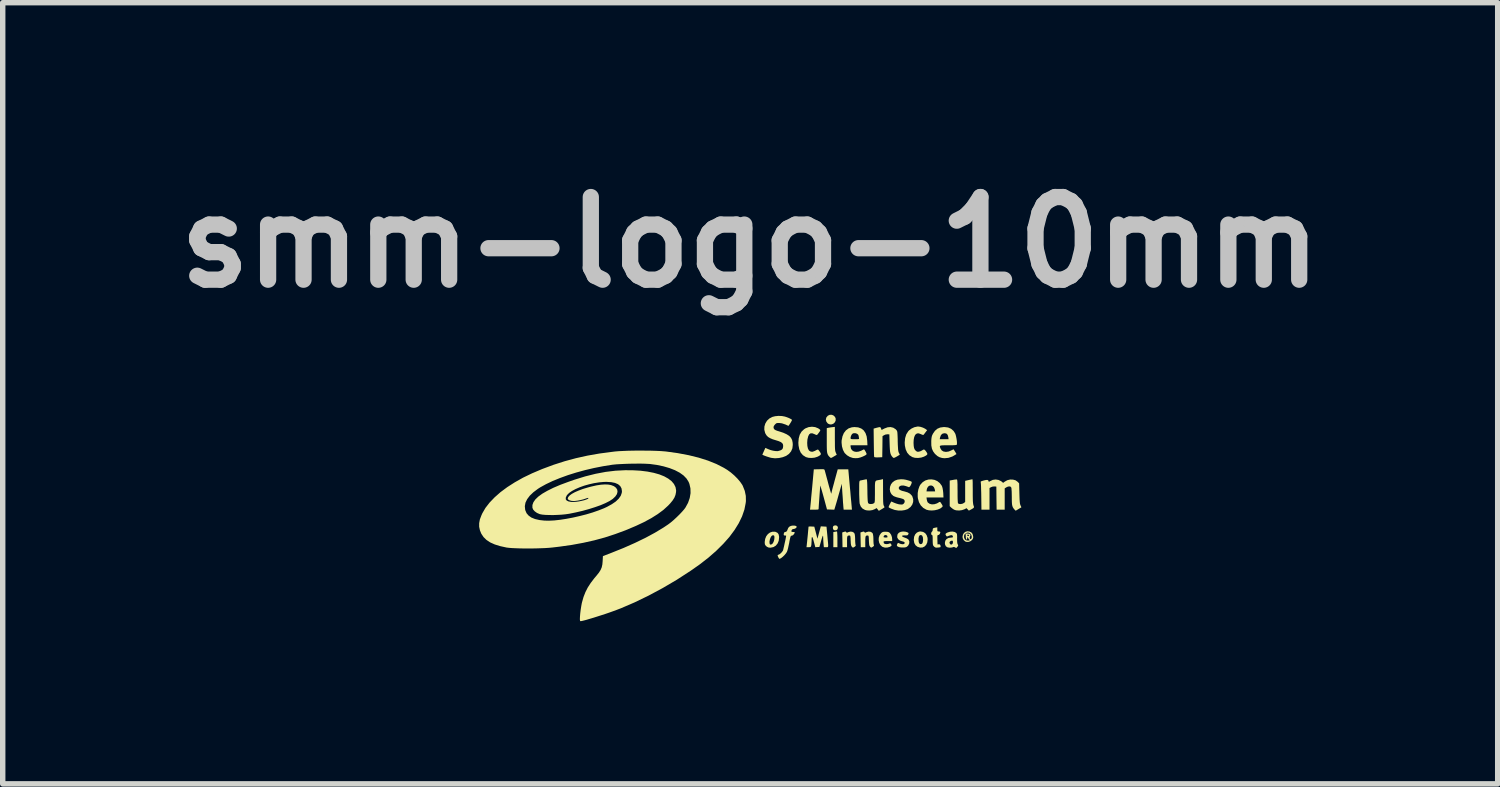
<source format=kicad_pcb>
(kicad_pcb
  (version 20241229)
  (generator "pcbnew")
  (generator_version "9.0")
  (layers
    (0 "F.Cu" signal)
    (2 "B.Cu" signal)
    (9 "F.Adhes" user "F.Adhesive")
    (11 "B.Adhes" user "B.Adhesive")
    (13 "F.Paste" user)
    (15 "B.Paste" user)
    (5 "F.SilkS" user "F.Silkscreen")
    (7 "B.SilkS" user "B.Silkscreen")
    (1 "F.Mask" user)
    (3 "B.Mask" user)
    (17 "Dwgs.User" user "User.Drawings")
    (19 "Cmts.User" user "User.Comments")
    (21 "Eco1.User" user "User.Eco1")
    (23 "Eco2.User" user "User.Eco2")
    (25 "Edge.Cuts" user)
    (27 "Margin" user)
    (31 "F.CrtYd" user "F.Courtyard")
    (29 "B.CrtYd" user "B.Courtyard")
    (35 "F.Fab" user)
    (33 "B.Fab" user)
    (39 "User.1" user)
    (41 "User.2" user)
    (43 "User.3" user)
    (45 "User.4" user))
  (footprint "smm-logo-10mm"
    (layer "F.Cu")
    (at 10.784 6.498)
    (property "Reference" "smm-logo-10mm" (at 0 -5.08 0) (layer "Dwgs.User") (effects (font (size 1.524 1.524) (thickness 0.3))))
    (attr board_only exclude_from_pos_files exclude_from_bom)
    (fp_poly (pts (xy 1.603 0.261) (xy 1.605 0.286) (xy 1.607 0.322) (xy 1.608 0.368) (xy 1.608 0.397) (xy 1.608 0.542) (xy 1.533 0.542) (xy 1.533 0.264) (xy 1.562 0.258) (xy 1.585 0.254) (xy 1.6 0.252) (xy 1.6 0.252)) (stroke (width 0) (type solid)) (fill yes) (layer "F.SilkS"))
    (fp_poly (pts (xy 1.599 0.147) (xy 1.615 0.167) (xy 1.617 0.183) (xy 1.61 0.211) (xy 1.59 0.228) (xy 1.563 0.232) (xy 1.54 0.224) (xy 1.528 0.207) (xy 1.524 0.183) (xy 1.53 0.159) (xy 1.535 0.151) (xy 1.553 0.143) (xy 1.571 0.14)) (stroke (width 0) (type solid)) (fill yes) (layer "F.SilkS"))
    (fp_poly (pts (xy 1.538 -1.885) (xy 1.564 -1.859) (xy 1.576 -1.831) (xy 1.576 -1.793) (xy 1.562 -1.762) (xy 1.537 -1.737) (xy 1.506 -1.723) (xy 1.472 -1.721) (xy 1.439 -1.734) (xy 1.427 -1.743) (xy 1.403 -1.776) (xy 1.395 -1.813) (xy 1.404 -1.849) (xy 1.43 -1.88) (xy 1.433 -1.883) (xy 1.468 -1.899) (xy 1.505 -1.899)) (stroke (width 0) (type solid)) (fill yes) (layer "F.SilkS"))
    (fp_poly (pts (xy 1.561 -1.457) (xy 1.562 -1.386) (xy 1.562 -1.331) (xy 1.563 -1.289) (xy 1.565 -1.258) (xy 1.568 -1.235) (xy 1.572 -1.218) (xy 1.578 -1.204) (xy 1.579 -1.2) (xy 1.596 -1.162) (xy 1.547 -1.133) (xy 1.52 -1.117) (xy 1.498 -1.106) (xy 1.489 -1.103) (xy 1.478 -1.109) (xy 1.461 -1.125) (xy 1.457 -1.129) (xy 1.443 -1.145) (xy 1.433 -1.161) (xy 1.425 -1.18) (xy 1.419 -1.203) (xy 1.415 -1.235) (xy 1.413 -1.276) (xy 1.412 -1.331) (xy 1.412 -1.4) (xy 1.412 -1.43) (xy 1.412 -1.653) (xy 1.433 -1.658) (xy 1.454 -1.662) (xy 1.486 -1.667) (xy 1.508 -1.67) (xy 1.561 -1.676)) (stroke (width 0) (type solid)) (fill yes) (layer "F.SilkS"))
    (fp_poly (pts (xy 3.189 0.261) (xy 3.227 0.284) (xy 3.254 0.321) (xy 3.27 0.369) (xy 3.272 0.402) (xy 3.265 0.455) (xy 3.245 0.499) (xy 3.215 0.53) (xy 3.177 0.548) (xy 3.133 0.55) (xy 3.087 0.536) (xy 3.085 0.535) (xy 3.049 0.507) (xy 3.026 0.466) (xy 3.017 0.413) (xy 3.017 0.403) (xy 3.017 0.402) (xy 3.104 0.402) (xy 3.107 0.445) (xy 3.117 0.472) (xy 3.135 0.485) (xy 3.146 0.486) (xy 3.168 0.479) (xy 3.179 0.462) (xy 3.185 0.436) (xy 3.188 0.405) (xy 3.188 0.402) (xy 3.184 0.358) (xy 3.171 0.33) (xy 3.151 0.318) (xy 3.146 0.318) (xy 3.124 0.324) (xy 3.111 0.344) (xy 3.104 0.38) (xy 3.104 0.402) (xy 3.017 0.402) (xy 3.023 0.349) (xy 3.043 0.305) (xy 3.074 0.273) (xy 3.114 0.255) (xy 3.141 0.252)) (stroke (width 0) (type solid)) (fill yes) (layer "F.SilkS"))
    (fp_poly (pts (xy 0.455 0.257) (xy 0.471 0.261) (xy 0.504 0.278) (xy 0.523 0.303) (xy 0.532 0.341) (xy 0.533 0.362) (xy 0.526 0.423) (xy 0.505 0.474) (xy 0.472 0.514) (xy 0.43 0.54) (xy 0.379 0.551) (xy 0.37 0.552) (xy 0.337 0.548) (xy 0.31 0.535) (xy 0.297 0.525) (xy 0.28 0.507) (xy 0.271 0.489) (xy 0.268 0.465) (xy 0.268 0.446) (xy 0.268 0.444) (xy 0.355 0.444) (xy 0.358 0.477) (xy 0.366 0.493) (xy 0.383 0.494) (xy 0.402 0.486) (xy 0.418 0.469) (xy 0.433 0.439) (xy 0.443 0.404) (xy 0.447 0.368) (xy 0.447 0.359) (xy 0.444 0.335) (xy 0.436 0.325) (xy 0.421 0.323) (xy 0.404 0.327) (xy 0.389 0.342) (xy 0.376 0.364) (xy 0.363 0.399) (xy 0.356 0.434) (xy 0.355 0.444) (xy 0.268 0.444) (xy 0.276 0.39) (xy 0.296 0.34) (xy 0.327 0.3) (xy 0.365 0.272) (xy 0.409 0.257)) (stroke (width 0) (type solid)) (fill yes) (layer "F.SilkS"))
    (fp_poly (pts (xy 1.765 0.257) (xy 1.77 0.264) (xy 1.778 0.273) (xy 1.79 0.273) (xy 1.811 0.264) (xy 1.846 0.255) (xy 1.881 0.258) (xy 1.91 0.273) (xy 1.923 0.29) (xy 1.929 0.311) (xy 1.933 0.346) (xy 1.935 0.391) (xy 1.935 0.402) (xy 1.936 0.442) (xy 1.939 0.476) (xy 1.942 0.499) (xy 1.944 0.504) (xy 1.945 0.517) (xy 1.932 0.53) (xy 1.925 0.535) (xy 1.905 0.547) (xy 1.893 0.55) (xy 1.883 0.543) (xy 1.873 0.532) (xy 1.865 0.519) (xy 1.859 0.5) (xy 1.855 0.471) (xy 1.853 0.427) (xy 1.852 0.42) (xy 1.851 0.377) (xy 1.848 0.35) (xy 1.845 0.335) (xy 1.839 0.328) (xy 1.832 0.327) (xy 1.813 0.328) (xy 1.799 0.333) (xy 1.791 0.346) (xy 1.787 0.369) (xy 1.786 0.405) (xy 1.786 0.44) (xy 1.786 0.542) (xy 1.702 0.542) (xy 1.7 0.407) (xy 1.697 0.271) (xy 1.729 0.26) (xy 1.752 0.254)) (stroke (width 0) (type solid)) (fill yes) (layer "F.SilkS"))
    (fp_poly (pts (xy 2.101 0.257) (xy 2.107 0.264) (xy 2.115 0.273) (xy 2.127 0.273) (xy 2.147 0.264) (xy 2.182 0.255) (xy 2.217 0.258) (xy 2.246 0.273) (xy 2.26 0.29) (xy 2.265 0.311) (xy 2.27 0.346) (xy 2.272 0.391) (xy 2.272 0.402) (xy 2.273 0.442) (xy 2.275 0.476) (xy 2.279 0.499) (xy 2.281 0.504) (xy 2.282 0.517) (xy 2.268 0.53) (xy 2.261 0.535) (xy 2.241 0.547) (xy 2.23 0.55) (xy 2.22 0.543) (xy 2.21 0.532) (xy 2.201 0.519) (xy 2.195 0.5) (xy 2.192 0.471) (xy 2.189 0.427) (xy 2.189 0.42) (xy 2.187 0.377) (xy 2.185 0.35) (xy 2.181 0.335) (xy 2.175 0.328) (xy 2.169 0.327) (xy 2.149 0.328) (xy 2.136 0.333) (xy 2.128 0.346) (xy 2.124 0.369) (xy 2.122 0.405) (xy 2.122 0.44) (xy 2.122 0.542) (xy 2.039 0.542) (xy 2.036 0.407) (xy 2.033 0.271) (xy 2.066 0.26) (xy 2.089 0.254)) (stroke (width 0) (type solid)) (fill yes) (layer "F.SilkS"))
    (fp_poly (pts (xy 3.45 0.214) (xy 3.451 0.238) (xy 3.456 0.249) (xy 3.47 0.252) (xy 3.478 0.252) (xy 3.5 0.256) (xy 3.506 0.267) (xy 3.499 0.293) (xy 3.484 0.312) (xy 3.468 0.318) (xy 3.459 0.319) (xy 3.454 0.325) (xy 3.451 0.34) (xy 3.451 0.366) (xy 3.452 0.404) (xy 3.454 0.491) (xy 3.479 0.489) (xy 3.498 0.492) (xy 3.507 0.506) (xy 3.509 0.513) (xy 3.511 0.532) (xy 3.51 0.541) (xy 3.499 0.544) (xy 3.476 0.548) (xy 3.46 0.549) (xy 3.43 0.551) (xy 3.411 0.546) (xy 3.394 0.534) (xy 3.39 0.53) (xy 3.379 0.518) (xy 3.372 0.505) (xy 3.368 0.487) (xy 3.366 0.459) (xy 3.365 0.418) (xy 3.365 0.412) (xy 3.365 0.368) (xy 3.363 0.34) (xy 3.36 0.324) (xy 3.354 0.318) (xy 3.351 0.318) (xy 3.34 0.31) (xy 3.337 0.29) (xy 3.342 0.267) (xy 3.351 0.256) (xy 3.362 0.243) (xy 3.365 0.224) (xy 3.367 0.205) (xy 3.374 0.194) (xy 3.391 0.187) (xy 3.415 0.182) (xy 3.45 0.176)) (stroke (width 0) (type solid)) (fill yes) (layer "F.SilkS"))
    (fp_poly (pts (xy 2.864 0.257) (xy 2.894 0.266) (xy 2.914 0.276) (xy 2.921 0.286) (xy 2.917 0.301) (xy 2.916 0.303) (xy 2.908 0.316) (xy 2.896 0.323) (xy 2.875 0.325) (xy 2.852 0.324) (xy 2.817 0.326) (xy 2.8 0.332) (xy 2.801 0.342) (xy 2.819 0.354) (xy 2.851 0.367) (xy 2.883 0.379) (xy 2.909 0.394) (xy 2.919 0.403) (xy 2.934 0.434) (xy 2.933 0.47) (xy 2.917 0.506) (xy 2.909 0.516) (xy 2.891 0.533) (xy 2.872 0.543) (xy 2.846 0.547) (xy 2.827 0.548) (xy 2.791 0.548) (xy 2.758 0.544) (xy 2.742 0.54) (xy 2.716 0.528) (xy 2.705 0.516) (xy 2.706 0.5) (xy 2.711 0.487) (xy 2.72 0.468) (xy 2.731 0.464) (xy 2.742 0.469) (xy 2.777 0.483) (xy 2.81 0.488) (xy 2.835 0.484) (xy 2.838 0.482) (xy 2.85 0.466) (xy 2.845 0.451) (xy 2.825 0.439) (xy 2.804 0.434) (xy 2.762 0.42) (xy 2.731 0.397) (xy 2.713 0.367) (xy 2.711 0.349) (xy 2.714 0.321) (xy 2.72 0.299) (xy 2.721 0.299) (xy 2.743 0.275) (xy 2.778 0.259) (xy 2.82 0.253)) (stroke (width 0) (type solid)) (fill yes) (layer "F.SilkS"))
    (fp_poly (pts (xy 1.198 -1.672) (xy 1.253 -1.65) (xy 1.283 -1.629) (xy 1.291 -1.62) (xy 1.292 -1.609) (xy 1.283 -1.593) (xy 1.269 -1.573) (xy 1.251 -1.549) (xy 1.237 -1.532) (xy 1.231 -1.527) (xy 1.219 -1.528) (xy 1.197 -1.536) (xy 1.184 -1.543) (xy 1.144 -1.558) (xy 1.113 -1.557) (xy 1.088 -1.539) (xy 1.07 -1.504) (xy 1.057 -1.452) (xy 1.055 -1.441) (xy 1.051 -1.381) (xy 1.054 -1.325) (xy 1.064 -1.279) (xy 1.081 -1.245) (xy 1.089 -1.236) (xy 1.119 -1.219) (xy 1.151 -1.218) (xy 1.19 -1.232) (xy 1.203 -1.239) (xy 1.228 -1.252) (xy 1.246 -1.258) (xy 1.251 -1.258) (xy 1.261 -1.248) (xy 1.276 -1.228) (xy 1.285 -1.216) (xy 1.3 -1.191) (xy 1.303 -1.172) (xy 1.292 -1.156) (xy 1.267 -1.139) (xy 1.239 -1.125) (xy 1.189 -1.109) (xy 1.132 -1.103) (xy 1.075 -1.106) (xy 1.027 -1.119) (xy 1.024 -1.121) (xy 0.972 -1.154) (xy 0.932 -1.201) (xy 0.905 -1.262) (xy 0.891 -1.334) (xy 0.888 -1.384) (xy 0.895 -1.465) (xy 0.914 -1.533) (xy 0.947 -1.589) (xy 0.994 -1.633) (xy 1.021 -1.65) (xy 1.078 -1.672) (xy 1.139 -1.679)) (stroke (width 0) (type solid)) (fill yes) (layer "F.SilkS"))
    (fp_poly (pts (xy 2.53 0.259) (xy 2.553 0.265) (xy 2.572 0.277) (xy 2.575 0.28) (xy 2.599 0.314) (xy 2.614 0.359) (xy 2.618 0.4) (xy 2.618 0.43) (xy 2.538 0.43) (xy 2.499 0.43) (xy 2.476 0.432) (xy 2.463 0.436) (xy 2.459 0.443) (xy 2.459 0.447) (xy 2.465 0.468) (xy 2.47 0.475) (xy 2.489 0.483) (xy 2.517 0.486) (xy 2.547 0.482) (xy 2.564 0.476) (xy 2.581 0.47) (xy 2.594 0.48) (xy 2.596 0.482) (xy 2.607 0.503) (xy 2.603 0.518) (xy 2.582 0.532) (xy 2.575 0.536) (xy 2.53 0.549) (xy 2.483 0.55) (xy 2.441 0.537) (xy 2.433 0.533) (xy 2.401 0.503) (xy 2.379 0.462) (xy 2.369 0.415) (xy 2.371 0.367) (xy 2.375 0.356) (xy 2.459 0.356) (xy 2.467 0.361) (xy 2.488 0.364) (xy 2.496 0.365) (xy 2.519 0.363) (xy 2.533 0.358) (xy 2.533 0.356) (xy 2.526 0.331) (xy 2.506 0.319) (xy 2.496 0.318) (xy 2.472 0.325) (xy 2.46 0.346) (xy 2.459 0.356) (xy 2.375 0.356) (xy 2.386 0.322) (xy 2.413 0.284) (xy 2.432 0.268) (xy 2.452 0.26) (xy 2.48 0.257) (xy 2.496 0.257)) (stroke (width 0) (type solid)) (fill yes) (layer "F.SilkS"))
    (fp_poly (pts (xy 4.1 -0.702) (xy 4.102 -0.676) (xy 4.103 -0.638) (xy 4.103 -0.588) (xy 4.104 -0.53) (xy 4.104 -0.486) (xy 4.104 -0.411) (xy 4.105 -0.353) (xy 4.106 -0.308) (xy 4.109 -0.275) (xy 4.112 -0.251) (xy 4.116 -0.233) (xy 4.118 -0.227) (xy 4.126 -0.206) (xy 4.126 -0.191) (xy 4.116 -0.179) (xy 4.093 -0.164) (xy 4.066 -0.149) (xy 4.032 -0.132) (xy 3.989 -0.177) (xy 3.952 -0.157) (xy 3.905 -0.141) (xy 3.853 -0.134) (xy 3.802 -0.137) (xy 3.773 -0.144) (xy 3.742 -0.16) (xy 3.712 -0.183) (xy 3.707 -0.187) (xy 3.679 -0.215) (xy 3.679 -0.687) (xy 3.739 -0.698) (xy 3.772 -0.704) (xy 3.799 -0.706) (xy 3.812 -0.706) (xy 3.816 -0.7) (xy 3.819 -0.684) (xy 3.821 -0.656) (xy 3.823 -0.615) (xy 3.823 -0.558) (xy 3.824 -0.488) (xy 3.824 -0.412) (xy 3.825 -0.353) (xy 3.827 -0.31) (xy 3.829 -0.281) (xy 3.833 -0.266) (xy 3.835 -0.264) (xy 3.856 -0.254) (xy 3.885 -0.253) (xy 3.917 -0.26) (xy 3.939 -0.272) (xy 3.964 -0.291) (xy 3.964 -0.681) (xy 4.029 -0.696) (xy 4.061 -0.703) (xy 4.086 -0.708) (xy 4.099 -0.71) (xy 4.099 -0.71)) (stroke (width 0) (type solid)) (fill yes) (layer "F.SilkS"))
    (fp_poly (pts (xy 3.14 -1.677) (xy 3.186 -1.662) (xy 3.228 -1.641) (xy 3.235 -1.635) (xy 3.263 -1.616) (xy 3.233 -1.577) (xy 3.215 -1.553) (xy 3.201 -1.535) (xy 3.196 -1.529) (xy 3.184 -1.528) (xy 3.161 -1.536) (xy 3.148 -1.542) (xy 3.108 -1.557) (xy 3.075 -1.555) (xy 3.049 -1.536) (xy 3.039 -1.522) (xy 3.024 -1.487) (xy 3.015 -1.439) (xy 3.012 -1.383) (xy 3.015 -1.326) (xy 3.015 -1.326) (xy 3.021 -1.289) (xy 3.031 -1.263) (xy 3.047 -1.242) (xy 3.049 -1.24) (xy 3.07 -1.223) (xy 3.089 -1.217) (xy 3.111 -1.219) (xy 3.142 -1.228) (xy 3.171 -1.243) (xy 3.172 -1.244) (xy 3.193 -1.257) (xy 3.209 -1.258) (xy 3.226 -1.245) (xy 3.247 -1.218) (xy 3.248 -1.216) (xy 3.263 -1.192) (xy 3.267 -1.174) (xy 3.258 -1.159) (xy 3.235 -1.143) (xy 3.204 -1.127) (xy 3.153 -1.11) (xy 3.095 -1.103) (xy 3.037 -1.106) (xy 2.987 -1.12) (xy 2.987 -1.121) (xy 2.935 -1.154) (xy 2.895 -1.201) (xy 2.867 -1.262) (xy 2.852 -1.333) (xy 2.849 -1.388) (xy 2.857 -1.469) (xy 2.878 -1.538) (xy 2.914 -1.595) (xy 2.93 -1.612) (xy 2.974 -1.645) (xy 3.027 -1.67) (xy 3.083 -1.682) (xy 3.099 -1.683)) (stroke (width 0) (type solid)) (fill yes) (layer "F.SilkS"))
    (fp_poly (pts (xy 1.354 0.161) (xy 1.407 0.164) (xy 1.423 0.332) (xy 1.429 0.4) (xy 1.434 0.452) (xy 1.437 0.489) (xy 1.438 0.515) (xy 1.436 0.531) (xy 1.432 0.539) (xy 1.424 0.542) (xy 1.414 0.543) (xy 1.4 0.542) (xy 1.399 0.542) (xy 1.358 0.542) (xy 1.352 0.479) (xy 1.349 0.438) (xy 1.347 0.396) (xy 1.346 0.37) (xy 1.345 0.345) (xy 1.342 0.332) (xy 1.339 0.331) (xy 1.334 0.342) (xy 1.325 0.368) (xy 1.314 0.403) (xy 1.304 0.438) (xy 1.276 0.538) (xy 1.238 0.54) (xy 1.201 0.543) (xy 1.173 0.439) (xy 1.16 0.392) (xy 1.149 0.363) (xy 1.142 0.353) (xy 1.136 0.36) (xy 1.133 0.386) (xy 1.132 0.427) (xy 1.13 0.463) (xy 1.128 0.496) (xy 1.125 0.513) (xy 1.12 0.531) (xy 1.11 0.54) (xy 1.09 0.542) (xy 1.079 0.542) (xy 1.038 0.542) (xy 1.043 0.502) (xy 1.045 0.48) (xy 1.049 0.445) (xy 1.053 0.402) (xy 1.058 0.354) (xy 1.063 0.304) (xy 1.067 0.257) (xy 1.071 0.216) (xy 1.074 0.185) (xy 1.075 0.167) (xy 1.075 0.165) (xy 1.084 0.162) (xy 1.105 0.16) (xy 1.129 0.161) (xy 1.182 0.164) (xy 1.24 0.386) (xy 1.271 0.272) (xy 1.302 0.158)) (stroke (width 0) (type solid)) (fill yes) (layer "F.SilkS"))
    (fp_poly (pts (xy 3.399 -0.699) (xy 3.451 -0.676) (xy 3.496 -0.64) (xy 3.531 -0.593) (xy 3.539 -0.575) (xy 3.547 -0.548) (xy 3.554 -0.509) (xy 3.559 -0.467) (xy 3.56 -0.456) (xy 3.564 -0.374) (xy 3.251 -0.374) (xy 3.256 -0.336) (xy 3.263 -0.307) (xy 3.274 -0.283) (xy 3.277 -0.28) (xy 3.31 -0.257) (xy 3.351 -0.247) (xy 3.397 -0.25) (xy 3.444 -0.265) (xy 3.465 -0.277) (xy 3.488 -0.291) (xy 3.501 -0.293) (xy 3.507 -0.288) (xy 3.53 -0.254) (xy 3.543 -0.232) (xy 3.548 -0.218) (xy 3.548 -0.208) (xy 3.541 -0.2) (xy 3.539 -0.197) (xy 3.505 -0.171) (xy 3.459 -0.152) (xy 3.404 -0.139) (xy 3.347 -0.134) (xy 3.293 -0.138) (xy 3.249 -0.149) (xy 3.191 -0.182) (xy 3.145 -0.229) (xy 3.112 -0.288) (xy 3.092 -0.36) (xy 3.089 -0.389) (xy 3.089 -0.457) (xy 3.094 -0.486) (xy 3.251 -0.486) (xy 3.41 -0.486) (xy 3.403 -0.526) (xy 3.389 -0.562) (xy 3.366 -0.586) (xy 3.338 -0.596) (xy 3.309 -0.593) (xy 3.283 -0.577) (xy 3.264 -0.548) (xy 3.256 -0.521) (xy 3.251 -0.486) (xy 3.094 -0.486) (xy 3.101 -0.524) (xy 3.122 -0.583) (xy 3.139 -0.612) (xy 3.181 -0.657) (xy 3.23 -0.688) (xy 3.285 -0.705) (xy 3.343 -0.708)) (stroke (width 0) (type solid)) (fill yes) (layer "F.SilkS"))
    (fp_poly (pts (xy 3.77 0.262) (xy 3.798 0.278) (xy 3.807 0.29) (xy 3.813 0.304) (xy 3.815 0.327) (xy 3.816 0.361) (xy 3.815 0.384) (xy 3.816 0.434) (xy 3.819 0.468) (xy 3.826 0.489) (xy 3.827 0.491) (xy 3.835 0.506) (xy 3.832 0.52) (xy 3.82 0.536) (xy 3.806 0.553) (xy 3.795 0.556) (xy 3.78 0.547) (xy 3.779 0.547) (xy 3.758 0.537) (xy 3.74 0.542) (xy 3.72 0.548) (xy 3.69 0.551) (xy 3.679 0.552) (xy 3.637 0.545) (xy 3.608 0.525) (xy 3.593 0.492) (xy 3.59 0.465) (xy 3.591 0.457) (xy 3.674 0.457) (xy 3.681 0.478) (xy 3.696 0.493) (xy 3.707 0.495) (xy 3.722 0.489) (xy 3.728 0.484) (xy 3.737 0.467) (xy 3.739 0.446) (xy 3.735 0.428) (xy 3.725 0.421) (xy 3.7 0.426) (xy 3.681 0.441) (xy 3.674 0.457) (xy 3.591 0.457) (xy 3.598 0.423) (xy 3.621 0.392) (xy 3.657 0.372) (xy 3.706 0.365) (xy 3.708 0.365) (xy 3.73 0.363) (xy 3.738 0.356) (xy 3.738 0.344) (xy 3.728 0.325) (xy 3.706 0.32) (xy 3.672 0.329) (xy 3.663 0.332) (xy 3.64 0.342) (xy 3.627 0.344) (xy 3.618 0.337) (xy 3.613 0.331) (xy 3.602 0.31) (xy 3.604 0.294) (xy 3.623 0.279) (xy 3.643 0.27) (xy 3.686 0.257) (xy 3.73 0.254)) (stroke (width 0) (type solid)) (fill yes) (layer "F.SilkS"))
    (fp_poly (pts (xy 2.638 -1.661) (xy 2.682 -1.633) (xy 2.692 -1.622) (xy 2.7 -1.613) (xy 2.706 -1.603) (xy 2.711 -1.59) (xy 2.714 -1.571) (xy 2.716 -1.542) (xy 2.718 -1.502) (xy 2.72 -1.448) (xy 2.72 -1.413) (xy 2.722 -1.347) (xy 2.725 -1.297) (xy 2.727 -1.259) (xy 2.731 -1.233) (xy 2.735 -1.214) (xy 2.741 -1.2) (xy 2.741 -1.199) (xy 2.752 -1.179) (xy 2.758 -1.166) (xy 2.758 -1.165) (xy 2.75 -1.158) (xy 2.731 -1.146) (xy 2.706 -1.131) (xy 2.681 -1.117) (xy 2.659 -1.107) (xy 2.648 -1.103) (xy 2.636 -1.109) (xy 2.625 -1.119) (xy 2.608 -1.14) (xy 2.596 -1.161) (xy 2.587 -1.185) (xy 2.58 -1.216) (xy 2.576 -1.257) (xy 2.573 -1.311) (xy 2.571 -1.37) (xy 2.566 -1.538) (xy 2.533 -1.54) (xy 2.495 -1.535) (xy 2.471 -1.524) (xy 2.44 -1.506) (xy 2.438 -1.311) (xy 2.435 -1.117) (xy 2.363 -1.114) (xy 2.322 -1.114) (xy 2.298 -1.116) (xy 2.287 -1.122) (xy 2.286 -1.124) (xy 2.285 -1.136) (xy 2.283 -1.164) (xy 2.282 -1.206) (xy 2.281 -1.259) (xy 2.28 -1.321) (xy 2.279 -1.388) (xy 2.279 -1.39) (xy 2.276 -1.644) (xy 2.328 -1.659) (xy 2.365 -1.668) (xy 2.387 -1.672) (xy 2.4 -1.669) (xy 2.408 -1.658) (xy 2.413 -1.646) (xy 2.423 -1.619) (xy 2.474 -1.646) (xy 2.532 -1.668) (xy 2.587 -1.673)) (stroke (width 0) (type solid)) (fill yes) (layer "F.SilkS"))
    (fp_poly (pts (xy 4.041 0.253) (xy 4.077 0.27) (xy 4.1 0.298) (xy 4.111 0.34) (xy 4.112 0.368) (xy 4.105 0.389) (xy 4.089 0.411) (xy 4.057 0.434) (xy 4.02 0.446) (xy 3.983 0.444) (xy 3.966 0.437) (xy 3.935 0.41) (xy 3.919 0.378) (xy 3.917 0.363) (xy 3.944 0.363) (xy 3.956 0.393) (xy 3.971 0.409) (xy 3.988 0.417) (xy 4.011 0.42) (xy 4.033 0.42) (xy 4.046 0.415) (xy 4.048 0.411) (xy 4.042 0.402) (xy 4.04 0.402) (xy 4.031 0.394) (xy 4.02 0.376) (xy 4.02 0.376) (xy 4.007 0.351) (xy 4.002 0.378) (xy 3.995 0.4) (xy 3.988 0.405) (xy 3.981 0.394) (xy 3.976 0.368) (xy 3.975 0.348) (xy 3.974 0.322) (xy 4.001 0.322) (xy 4.009 0.334) (xy 4.021 0.337) (xy 4.035 0.332) (xy 4.036 0.325) (xy 4.026 0.313) (xy 4.012 0.31) (xy 4.002 0.317) (xy 4.001 0.322) (xy 3.974 0.322) (xy 3.972 0.29) (xy 4.01 0.29) (xy 4.041 0.295) (xy 4.058 0.308) (xy 4.061 0.328) (xy 4.053 0.342) (xy 4.047 0.36) (xy 4.048 0.378) (xy 4.056 0.392) (xy 4.068 0.394) (xy 4.073 0.391) (xy 4.084 0.371) (xy 4.085 0.343) (xy 4.076 0.314) (xy 4.062 0.294) (xy 4.035 0.275) (xy 4.005 0.273) (xy 3.979 0.282) (xy 3.955 0.301) (xy 3.944 0.33) (xy 3.944 0.363) (xy 3.917 0.363) (xy 3.916 0.343) (xy 3.924 0.309) (xy 3.942 0.28) (xy 3.97 0.259) (xy 4.005 0.249)) (stroke (width 0) (type solid)) (fill yes) (layer "F.SilkS"))
    (fp_poly (pts (xy 0.815 0.144) (xy 0.841 0.15) (xy 0.856 0.16) (xy 0.856 0.174) (xy 0.843 0.19) (xy 0.822 0.202) (xy 0.803 0.206) (xy 0.778 0.212) (xy 0.767 0.224) (xy 0.758 0.246) (xy 0.764 0.258) (xy 0.786 0.262) (xy 0.79 0.262) (xy 0.813 0.263) (xy 0.821 0.268) (xy 0.817 0.283) (xy 0.809 0.299) (xy 0.788 0.322) (xy 0.769 0.329) (xy 0.759 0.331) (xy 0.751 0.335) (xy 0.745 0.345) (xy 0.739 0.364) (xy 0.732 0.394) (xy 0.723 0.438) (xy 0.719 0.464) (xy 0.708 0.514) (xy 0.698 0.561) (xy 0.688 0.598) (xy 0.679 0.623) (xy 0.678 0.627) (xy 0.658 0.658) (xy 0.631 0.69) (xy 0.601 0.719) (xy 0.572 0.742) (xy 0.547 0.756) (xy 0.538 0.757) (xy 0.531 0.75) (xy 0.52 0.732) (xy 0.519 0.73) (xy 0.507 0.702) (xy 0.507 0.687) (xy 0.518 0.682) (xy 0.519 0.682) (xy 0.537 0.675) (xy 0.561 0.657) (xy 0.584 0.633) (xy 0.602 0.608) (xy 0.607 0.596) (xy 0.611 0.579) (xy 0.618 0.549) (xy 0.627 0.511) (xy 0.636 0.468) (xy 0.646 0.425) (xy 0.654 0.385) (xy 0.66 0.353) (xy 0.663 0.334) (xy 0.664 0.331) (xy 0.656 0.328) (xy 0.64 0.327) (xy 0.624 0.325) (xy 0.618 0.315) (xy 0.619 0.297) (xy 0.624 0.275) (xy 0.637 0.264) (xy 0.648 0.262) (xy 0.669 0.254) (xy 0.682 0.235) (xy 0.687 0.222) (xy 0.701 0.188) (xy 0.719 0.166) (xy 0.744 0.153) (xy 0.754 0.149) (xy 0.783 0.144)) (stroke (width 0) (type solid)) (fill yes) (layer "F.SilkS"))
    (fp_poly (pts (xy 1.991 -1.667) (xy 2.048 -1.646) (xy 2.093 -1.611) (xy 2.126 -1.562) (xy 2.148 -1.499) (xy 2.158 -1.42) (xy 2.158 -1.419) (xy 2.162 -1.337) (xy 1.851 -1.337) (xy 1.851 -1.313) (xy 1.859 -1.273) (xy 1.881 -1.243) (xy 1.913 -1.223) (xy 1.954 -1.215) (xy 2 -1.22) (xy 2.049 -1.237) (xy 2.051 -1.239) (xy 2.076 -1.252) (xy 2.093 -1.26) (xy 2.098 -1.262) (xy 2.107 -1.254) (xy 2.119 -1.236) (xy 2.132 -1.212) (xy 2.143 -1.189) (xy 2.147 -1.174) (xy 2.146 -1.172) (xy 2.134 -1.159) (xy 2.108 -1.144) (xy 2.074 -1.128) (xy 2.037 -1.114) (xy 2.001 -1.104) (xy 1.977 -1.1) (xy 1.939 -1.099) (xy 1.9 -1.102) (xy 1.889 -1.104) (xy 1.836 -1.122) (xy 1.786 -1.152) (xy 1.745 -1.191) (xy 1.737 -1.202) (xy 1.71 -1.254) (xy 1.692 -1.318) (xy 1.685 -1.386) (xy 1.686 -1.425) (xy 1.696 -1.473) (xy 1.851 -1.473) (xy 1.852 -1.461) (xy 1.856 -1.454) (xy 1.868 -1.451) (xy 1.891 -1.449) (xy 1.929 -1.449) (xy 1.932 -1.449) (xy 1.97 -1.449) (xy 1.994 -1.45) (xy 2.005 -1.454) (xy 2.008 -1.46) (xy 2.006 -1.47) (xy 2.002 -1.494) (xy 2.001 -1.507) (xy 1.992 -1.532) (xy 1.97 -1.55) (xy 1.94 -1.56) (xy 1.907 -1.559) (xy 1.893 -1.555) (xy 1.876 -1.541) (xy 1.861 -1.515) (xy 1.852 -1.486) (xy 1.851 -1.473) (xy 1.696 -1.473) (xy 1.701 -1.5) (xy 1.727 -1.563) (xy 1.765 -1.612) (xy 1.814 -1.648) (xy 1.873 -1.668) (xy 1.922 -1.673)) (stroke (width 0) (type solid)) (fill yes) (layer "F.SilkS"))
    (fp_poly (pts (xy 3.649 -1.665) (xy 3.704 -1.641) (xy 3.749 -1.602) (xy 3.778 -1.558) (xy 3.788 -1.533) (xy 3.797 -1.497) (xy 3.805 -1.455) (xy 3.811 -1.415) (xy 3.813 -1.38) (xy 3.812 -1.356) (xy 3.811 -1.352) (xy 3.807 -1.346) (xy 3.798 -1.342) (xy 3.78 -1.34) (xy 3.753 -1.338) (xy 3.712 -1.337) (xy 3.655 -1.337) (xy 3.651 -1.337) (xy 3.591 -1.337) (xy 3.548 -1.336) (xy 3.52 -1.333) (xy 3.503 -1.328) (xy 3.497 -1.32) (xy 3.498 -1.307) (xy 3.505 -1.288) (xy 3.509 -1.277) (xy 3.531 -1.243) (xy 3.562 -1.223) (xy 3.606 -1.215) (xy 3.612 -1.215) (xy 3.661 -1.222) (xy 3.703 -1.24) (xy 3.729 -1.253) (xy 3.746 -1.261) (xy 3.752 -1.261) (xy 3.767 -1.237) (xy 3.783 -1.212) (xy 3.796 -1.19) (xy 3.803 -1.176) (xy 3.803 -1.174) (xy 3.729 -1.13) (xy 3.656 -1.105) (xy 3.583 -1.098) (xy 3.537 -1.103) (xy 3.49 -1.117) (xy 3.451 -1.139) (xy 3.413 -1.173) (xy 3.405 -1.181) (xy 3.373 -1.225) (xy 3.351 -1.274) (xy 3.34 -1.333) (xy 3.339 -1.405) (xy 3.339 -1.415) (xy 3.341 -1.449) (xy 3.495 -1.449) (xy 3.658 -1.449) (xy 3.653 -1.487) (xy 3.642 -1.527) (xy 3.623 -1.55) (xy 3.593 -1.559) (xy 3.577 -1.559) (xy 3.542 -1.549) (xy 3.517 -1.524) (xy 3.502 -1.483) (xy 3.501 -1.479) (xy 3.495 -1.449) (xy 3.341 -1.449) (xy 3.342 -1.46) (xy 3.347 -1.493) (xy 3.355 -1.52) (xy 3.369 -1.548) (xy 3.37 -1.551) (xy 3.407 -1.604) (xy 3.45 -1.641) (xy 3.503 -1.664) (xy 3.568 -1.673) (xy 3.584 -1.673)) (stroke (width 0) (type solid)) (fill yes) (layer "F.SilkS"))
    (fp_poly (pts (xy 2.45 -0.48) (xy 2.45 -0.404) (xy 2.451 -0.344) (xy 2.452 -0.299) (xy 2.454 -0.266) (xy 2.457 -0.243) (xy 2.461 -0.229) (xy 2.463 -0.224) (xy 2.473 -0.205) (xy 2.477 -0.195) (xy 2.47 -0.187) (xy 2.45 -0.174) (xy 2.424 -0.158) (xy 2.372 -0.128) (xy 2.331 -0.179) (xy 2.297 -0.159) (xy 2.255 -0.142) (xy 2.205 -0.134) (xy 2.154 -0.136) (xy 2.118 -0.144) (xy 2.071 -0.17) (xy 2.039 -0.207) (xy 2.02 -0.256) (xy 2.019 -0.261) (xy 2.016 -0.286) (xy 2.014 -0.326) (xy 2.012 -0.377) (xy 2.01 -0.435) (xy 2.01 -0.495) (xy 2.01 -0.497) (xy 2.01 -0.56) (xy 2.01 -0.607) (xy 2.011 -0.64) (xy 2.013 -0.662) (xy 2.016 -0.675) (xy 2.02 -0.682) (xy 2.026 -0.686) (xy 2.031 -0.687) (xy 2.087 -0.699) (xy 2.125 -0.707) (xy 2.146 -0.71) (xy 2.147 -0.71) (xy 2.151 -0.704) (xy 2.154 -0.686) (xy 2.157 -0.654) (xy 2.159 -0.606) (xy 2.16 -0.541) (xy 2.161 -0.497) (xy 2.162 -0.423) (xy 2.164 -0.367) (xy 2.166 -0.324) (xy 2.169 -0.295) (xy 2.173 -0.277) (xy 2.177 -0.268) (xy 2.197 -0.256) (xy 2.226 -0.253) (xy 2.257 -0.257) (xy 2.279 -0.267) (xy 2.286 -0.272) (xy 2.291 -0.279) (xy 2.295 -0.291) (xy 2.297 -0.308) (xy 2.299 -0.335) (xy 2.299 -0.374) (xy 2.3 -0.427) (xy 2.3 -0.477) (xy 2.3 -0.544) (xy 2.3 -0.595) (xy 2.302 -0.632) (xy 2.305 -0.658) (xy 2.312 -0.674) (xy 2.322 -0.684) (xy 2.336 -0.69) (xy 2.355 -0.693) (xy 2.37 -0.696) (xy 2.4 -0.701) (xy 2.425 -0.707) (xy 2.428 -0.707) (xy 2.449 -0.713)) (stroke (width 0) (type solid)) (fill yes) (layer "F.SilkS"))
    (fp_poly (pts (xy 4.578 -0.698) (xy 4.625 -0.676) (xy 4.636 -0.668) (xy 4.664 -0.644) (xy 4.695 -0.667) (xy 4.742 -0.693) (xy 4.793 -0.705) (xy 4.845 -0.704) (xy 4.893 -0.691) (xy 4.931 -0.664) (xy 4.933 -0.662) (xy 4.959 -0.635) (xy 4.964 -0.446) (xy 4.966 -0.379) (xy 4.968 -0.328) (xy 4.971 -0.29) (xy 4.974 -0.263) (xy 4.979 -0.244) (xy 4.984 -0.229) (xy 4.986 -0.226) (xy 4.996 -0.205) (xy 5 -0.193) (xy 5 -0.192) (xy 4.988 -0.185) (xy 4.966 -0.172) (xy 4.941 -0.157) (xy 4.918 -0.143) (xy 4.901 -0.133) (xy 4.895 -0.131) (xy 4.888 -0.137) (xy 4.874 -0.152) (xy 4.873 -0.152) (xy 4.856 -0.173) (xy 4.843 -0.194) (xy 4.834 -0.218) (xy 4.828 -0.249) (xy 4.825 -0.291) (xy 4.824 -0.345) (xy 4.824 -0.382) (xy 4.823 -0.435) (xy 4.822 -0.483) (xy 4.819 -0.522) (xy 4.817 -0.548) (xy 4.815 -0.556) (xy 4.799 -0.575) (xy 4.773 -0.579) (xy 4.74 -0.57) (xy 4.723 -0.561) (xy 4.693 -0.542) (xy 4.693 -0.15) (xy 4.544 -0.15) (xy 4.541 -0.362) (xy 4.539 -0.575) (xy 4.506 -0.578) (xy 4.471 -0.575) (xy 4.443 -0.565) (xy 4.413 -0.549) (xy 4.413 -0.15) (xy 4.264 -0.15) (xy 4.261 -0.395) (xy 4.26 -0.462) (xy 4.258 -0.522) (xy 4.257 -0.575) (xy 4.255 -0.616) (xy 4.253 -0.644) (xy 4.251 -0.656) (xy 4.25 -0.665) (xy 4.258 -0.672) (xy 4.28 -0.68) (xy 4.304 -0.687) (xy 4.348 -0.697) (xy 4.376 -0.698) (xy 4.391 -0.689) (xy 4.394 -0.678) (xy 4.398 -0.666) (xy 4.411 -0.667) (xy 4.428 -0.677) (xy 4.474 -0.699) (xy 4.526 -0.706)) (stroke (width 0) (type solid)) (fill yes) (layer "F.SilkS"))
    (fp_poly (pts (xy 2.83 -0.708) (xy 2.871 -0.701) (xy 2.912 -0.69) (xy 2.947 -0.679) (xy 2.972 -0.667) (xy 2.977 -0.663) (xy 2.979 -0.65) (xy 2.973 -0.628) (xy 2.962 -0.603) (xy 2.948 -0.58) (xy 2.934 -0.566) (xy 2.927 -0.564) (xy 2.909 -0.571) (xy 2.883 -0.58) (xy 2.875 -0.583) (xy 2.83 -0.595) (xy 2.792 -0.595) (xy 2.762 -0.586) (xy 2.743 -0.566) (xy 2.739 -0.547) (xy 2.745 -0.528) (xy 2.764 -0.512) (xy 2.799 -0.497) (xy 2.844 -0.486) (xy 2.903 -0.468) (xy 2.947 -0.444) (xy 2.978 -0.412) (xy 2.99 -0.393) (xy 3.006 -0.342) (xy 3.005 -0.291) (xy 2.988 -0.242) (xy 2.957 -0.199) (xy 2.911 -0.164) (xy 2.903 -0.159) (xy 2.852 -0.142) (xy 2.792 -0.133) (xy 2.728 -0.134) (xy 2.668 -0.144) (xy 2.655 -0.148) (xy 2.603 -0.167) (xy 2.57 -0.182) (xy 2.553 -0.194) (xy 2.552 -0.198) (xy 2.556 -0.21) (xy 2.565 -0.231) (xy 2.578 -0.257) (xy 2.59 -0.28) (xy 2.599 -0.296) (xy 2.603 -0.299) (xy 2.612 -0.296) (xy 2.634 -0.286) (xy 2.659 -0.275) (xy 2.697 -0.261) (xy 2.739 -0.249) (xy 2.761 -0.246) (xy 2.793 -0.244) (xy 2.812 -0.247) (xy 2.827 -0.257) (xy 2.831 -0.261) (xy 2.848 -0.287) (xy 2.849 -0.314) (xy 2.835 -0.337) (xy 2.83 -0.34) (xy 2.811 -0.349) (xy 2.779 -0.359) (xy 2.743 -0.368) (xy 2.741 -0.368) (xy 2.702 -0.378) (xy 2.666 -0.391) (xy 2.64 -0.403) (xy 2.605 -0.435) (xy 2.583 -0.476) (xy 2.574 -0.523) (xy 2.579 -0.572) (xy 2.597 -0.618) (xy 2.626 -0.655) (xy 2.667 -0.685) (xy 2.716 -0.703) (xy 2.776 -0.71) (xy 2.794 -0.71)) (stroke (width 0) (type solid)) (fill yes) (layer "F.SilkS"))
    (fp_poly (pts (xy 1.342 -0.896) (xy 1.359 -0.893) (xy 1.368 -0.888) (xy 1.372 -0.881) (xy 1.376 -0.868) (xy 1.384 -0.839) (xy 1.395 -0.798) (xy 1.409 -0.746) (xy 1.425 -0.688) (xy 1.436 -0.645) (xy 1.452 -0.585) (xy 1.467 -0.533) (xy 1.479 -0.491) (xy 1.488 -0.461) (xy 1.494 -0.445) (xy 1.495 -0.444) (xy 1.498 -0.458) (xy 1.505 -0.487) (xy 1.515 -0.529) (xy 1.529 -0.581) (xy 1.545 -0.639) (xy 1.555 -0.678) (xy 1.614 -0.893) (xy 1.809 -0.893) (xy 1.838 -0.566) (xy 1.846 -0.487) (xy 1.852 -0.413) (xy 1.858 -0.346) (xy 1.864 -0.287) (xy 1.868 -0.24) (xy 1.871 -0.208) (xy 1.872 -0.194) (xy 1.876 -0.15) (xy 1.723 -0.15) (xy 1.717 -0.213) (xy 1.715 -0.243) (xy 1.711 -0.287) (xy 1.708 -0.341) (xy 1.704 -0.401) (xy 1.7 -0.452) (xy 1.689 -0.627) (xy 1.639 -0.452) (xy 1.622 -0.392) (xy 1.606 -0.334) (xy 1.591 -0.282) (xy 1.578 -0.239) (xy 1.57 -0.212) (xy 1.551 -0.149) (xy 1.416 -0.154) (xy 1.354 -0.383) (xy 1.337 -0.444) (xy 1.322 -0.498) (xy 1.309 -0.541) (xy 1.299 -0.573) (xy 1.293 -0.591) (xy 1.291 -0.594) (xy 1.29 -0.579) (xy 1.288 -0.549) (xy 1.285 -0.506) (xy 1.281 -0.454) (xy 1.277 -0.396) (xy 1.276 -0.383) (xy 1.272 -0.324) (xy 1.268 -0.27) (xy 1.265 -0.225) (xy 1.263 -0.191) (xy 1.262 -0.172) (xy 1.262 -0.171) (xy 1.261 -0.16) (xy 1.255 -0.154) (xy 1.242 -0.151) (xy 1.216 -0.15) (xy 1.183 -0.15) (xy 1.103 -0.15) (xy 1.109 -0.203) (xy 1.111 -0.226) (xy 1.115 -0.264) (xy 1.12 -0.315) (xy 1.125 -0.377) (xy 1.132 -0.448) (xy 1.139 -0.523) (xy 1.144 -0.575) (xy 1.173 -0.893) (xy 1.269 -0.895) (xy 1.313 -0.896)) (stroke (width 0) (type solid)) (fill yes) (layer "F.SilkS"))
    (fp_poly (pts (xy 0.587 -1.876) (xy 0.64 -1.866) (xy 0.674 -1.855) (xy 0.71 -1.841) (xy 0.741 -1.826) (xy 0.763 -1.813) (xy 0.77 -1.806) (xy 0.768 -1.795) (xy 0.755 -1.77) (xy 0.732 -1.732) (xy 0.706 -1.695) (xy 0.698 -1.698) (xy 0.678 -1.707) (xy 0.655 -1.718) (xy 0.587 -1.741) (xy 0.546 -1.747) (xy 0.513 -1.748) (xy 0.491 -1.746) (xy 0.476 -1.738) (xy 0.459 -1.722) (xy 0.458 -1.722) (xy 0.441 -1.7) (xy 0.431 -1.679) (xy 0.43 -1.673) (xy 0.433 -1.65) (xy 0.444 -1.632) (xy 0.465 -1.617) (xy 0.5 -1.603) (xy 0.531 -1.594) (xy 0.61 -1.568) (xy 0.672 -1.54) (xy 0.719 -1.51) (xy 0.752 -1.474) (xy 0.773 -1.433) (xy 0.783 -1.384) (xy 0.785 -1.345) (xy 0.778 -1.281) (xy 0.754 -1.225) (xy 0.714 -1.177) (xy 0.711 -1.175) (xy 0.662 -1.141) (xy 0.6 -1.117) (xy 0.531 -1.102) (xy 0.458 -1.097) (xy 0.395 -1.104) (xy 0.371 -1.109) (xy 0.339 -1.119) (xy 0.304 -1.13) (xy 0.271 -1.142) (xy 0.244 -1.153) (xy 0.227 -1.161) (xy 0.224 -1.164) (xy 0.228 -1.173) (xy 0.237 -1.194) (xy 0.251 -1.224) (xy 0.252 -1.228) (xy 0.28 -1.289) (xy 0.331 -1.266) (xy 0.375 -1.249) (xy 0.422 -1.237) (xy 0.468 -1.23) (xy 0.505 -1.229) (xy 0.513 -1.23) (xy 0.558 -1.243) (xy 0.586 -1.259) (xy 0.602 -1.282) (xy 0.607 -1.314) (xy 0.608 -1.325) (xy 0.604 -1.354) (xy 0.59 -1.377) (xy 0.563 -1.397) (xy 0.523 -1.414) (xy 0.481 -1.427) (xy 0.416 -1.447) (xy 0.367 -1.468) (xy 0.33 -1.49) (xy 0.303 -1.517) (xy 0.282 -1.55) (xy 0.275 -1.566) (xy 0.26 -1.624) (xy 0.262 -1.683) (xy 0.279 -1.739) (xy 0.31 -1.79) (xy 0.354 -1.831) (xy 0.409 -1.86) (xy 0.461 -1.873) (xy 0.523 -1.879)) (stroke (width 0) (type solid)) (fill yes) (layer "F.SilkS"))
    (fp_poly (pts (xy -1.934 -1.238) (xy -1.83 -1.237) (xy -1.733 -1.234) (xy -1.647 -1.23) (xy -1.574 -1.224) (xy -1.552 -1.222) (xy -1.335 -1.192) (xy -1.134 -1.154) (xy -0.948 -1.108) (xy -0.778 -1.054) (xy -0.624 -0.992) (xy -0.487 -0.922) (xy -0.423 -0.883) (xy -0.358 -0.836) (xy -0.294 -0.781) (xy -0.235 -0.722) (xy -0.185 -0.663) (xy -0.147 -0.608) (xy -0.137 -0.589) (xy -0.1 -0.496) (xy -0.081 -0.404) (xy -0.079 -0.308) (xy -0.083 -0.273) (xy -0.107 -0.151) (xy -0.15 -0.026) (xy -0.211 0.1) (xy -0.289 0.226) (xy -0.384 0.354) (xy -0.497 0.481) (xy -0.625 0.608) (xy -0.77 0.735) (xy -0.931 0.86) (xy -1.099 0.978) (xy -1.355 1.144) (xy -1.614 1.296) (xy -1.873 1.435) (xy -2.129 1.559) (xy -2.382 1.668) (xy -2.468 1.701) (xy -2.528 1.723) (xy -2.595 1.747) (xy -2.668 1.772) (xy -2.742 1.796) (xy -2.817 1.82) (xy -2.889 1.843) (xy -2.957 1.863) (xy -3.017 1.881) (xy -3.066 1.894) (xy -3.104 1.903) (xy -3.127 1.907) (xy -3.129 1.907) (xy -3.138 1.898) (xy -3.141 1.872) (xy -3.141 1.871) (xy -3.139 1.822) (xy -3.134 1.762) (xy -3.126 1.697) (xy -3.116 1.633) (xy -3.106 1.578) (xy -3.102 1.561) (xy -3.074 1.462) (xy -3.039 1.372) (xy -2.996 1.287) (xy -2.941 1.202) (xy -2.874 1.114) (xy -2.834 1.067) (xy -2.79 1.012) (xy -2.759 0.963) (xy -2.738 0.914) (xy -2.726 0.859) (xy -2.721 0.8) (xy -2.716 0.707) (xy -2.566 0.649) (xy -2.336 0.557) (xy -2.124 0.463) (xy -1.93 0.369) (xy -1.756 0.275) (xy -1.6 0.181) (xy -1.512 0.122) (xy -1.463 0.085) (xy -1.41 0.04) (xy -1.355 -0.011) (xy -1.303 -0.062) (xy -1.255 -0.113) (xy -1.216 -0.158) (xy -1.193 -0.19) (xy -1.146 -0.276) (xy -1.115 -0.365) (xy -1.1 -0.454) (xy -1.102 -0.542) (xy -1.121 -0.625) (xy -1.136 -0.662) (xy -1.174 -0.723) (xy -1.229 -0.78) (xy -1.3 -0.831) (xy -1.387 -0.877) (xy -1.487 -0.916) (xy -1.6 -0.949) (xy -1.725 -0.975) (xy -1.849 -0.992) (xy -1.902 -0.995) (xy -1.969 -0.998) (xy -2.047 -0.999) (xy -2.132 -0.998) (xy -2.22 -0.997) (xy -2.307 -0.994) (xy -2.39 -0.99) (xy -2.463 -0.986) (xy -2.524 -0.98) (xy -2.543 -0.978) (xy -2.711 -0.951) (xy -2.879 -0.918) (xy -3.045 -0.879) (xy -3.206 -0.835) (xy -3.362 -0.786) (xy -3.508 -0.733) (xy -3.643 -0.678) (xy -3.765 -0.62) (xy -3.872 -0.561) (xy -3.914 -0.534) (xy -3.998 -0.471) (xy -4.064 -0.408) (xy -4.113 -0.343) (xy -4.144 -0.279) (xy -4.156 -0.214) (xy -4.15 -0.15) (xy -4.147 -0.138) (xy -4.124 -0.084) (xy -4.086 -0.04) (xy -4.035 -0.004) (xy -3.968 0.023) (xy -3.885 0.042) (xy -3.795 0.052) (xy -3.711 0.054) (xy -3.613 0.049) (xy -3.504 0.037) (xy -3.388 0.019) (xy -3.267 -0.004) (xy -3.144 -0.032) (xy -3.022 -0.063) (xy -2.905 -0.098) (xy -2.796 -0.136) (xy -2.697 -0.175) (xy -2.641 -0.201) (xy -2.552 -0.25) (xy -2.479 -0.3) (xy -2.424 -0.353) (xy -2.387 -0.406) (xy -2.368 -0.46) (xy -2.365 -0.489) (xy -2.373 -0.542) (xy -2.397 -0.585) (xy -2.437 -0.619) (xy -2.493 -0.643) (xy -2.564 -0.657) (xy -2.651 -0.662) (xy -2.697 -0.661) (xy -2.788 -0.653) (xy -2.881 -0.638) (xy -2.973 -0.617) (xy -3.062 -0.592) (xy -3.146 -0.562) (xy -3.222 -0.529) (xy -3.287 -0.494) (xy -3.339 -0.458) (xy -3.376 -0.421) (xy -3.384 -0.409) (xy -3.401 -0.371) (xy -3.401 -0.34) (xy -3.383 -0.317) (xy -3.349 -0.301) (xy -3.298 -0.292) (xy -3.256 -0.292) (xy -3.209 -0.295) (xy -3.158 -0.302) (xy -3.109 -0.312) (xy -3.063 -0.323) (xy -3.024 -0.336) (xy -2.996 -0.348) (xy -2.983 -0.361) (xy -2.982 -0.364) (xy -2.99 -0.367) (xy -3.011 -0.362) (xy -3.028 -0.356) (xy -3.073 -0.341) (xy -3.127 -0.327) (xy -3.182 -0.316) (xy -3.232 -0.31) (xy -3.258 -0.309) (xy -3.298 -0.312) (xy -3.332 -0.322) (xy -3.356 -0.336) (xy -3.365 -0.353) (xy -3.365 -0.354) (xy -3.356 -0.381) (xy -3.33 -0.411) (xy -3.289 -0.441) (xy -3.233 -0.472) (xy -3.164 -0.502) (xy -3.083 -0.532) (xy -2.993 -0.559) (xy -2.937 -0.574) (xy -2.837 -0.597) (xy -2.752 -0.61) (xy -2.678 -0.615) (xy -2.613 -0.612) (xy -2.566 -0.603) (xy -2.512 -0.582) (xy -2.474 -0.553) (xy -2.452 -0.518) (xy -2.447 -0.479) (xy -2.458 -0.436) (xy -2.487 -0.393) (xy -2.532 -0.35) (xy -2.537 -0.346) (xy -2.595 -0.308) (xy -2.67 -0.27) (xy -2.759 -0.232) (xy -2.861 -0.196) (xy -2.972 -0.161) (xy -3.091 -0.128) (xy -3.215 -0.099) (xy -3.343 -0.073) (xy -3.345 -0.073) (xy -3.408 -0.064) (xy -3.48 -0.057) (xy -3.556 -0.053) (xy -3.633 -0.05) (xy -3.707 -0.051) (xy -3.774 -0.053) (xy -3.831 -0.058) (xy -3.875 -0.066) (xy -3.882 -0.068) (xy -3.931 -0.089) (xy -3.972 -0.118) (xy -4.002 -0.151) (xy -4.016 -0.184) (xy -4.016 -0.235) (xy -3.998 -0.286) (xy -3.962 -0.338) (xy -3.907 -0.391) (xy -3.834 -0.444) (xy -3.742 -0.497) (xy -3.632 -0.552) (xy -3.503 -0.607) (xy -3.355 -0.662) (xy -3.244 -0.701) (xy -3.043 -0.763) (xy -2.851 -0.811) (xy -2.666 -0.846) (xy -2.485 -0.868) (xy -2.305 -0.877) (xy -2.164 -0.876) (xy -2.024 -0.868) (xy -1.896 -0.852) (xy -1.779 -0.829) (xy -1.676 -0.8) (xy -1.586 -0.764) (xy -1.511 -0.722) (xy -1.45 -0.675) (xy -1.406 -0.623) (xy -1.377 -0.565) (xy -1.366 -0.504) (xy -1.368 -0.472) (xy -1.378 -0.421) (xy -1.398 -0.371) (xy -1.43 -0.32) (xy -1.476 -0.264) (xy -1.514 -0.224) (xy -1.602 -0.144) (xy -1.705 -0.068) (xy -1.824 0.007) (xy -1.959 0.08) (xy -2.108 0.15) (xy -2.3 0.231) (xy -2.49 0.301) (xy -2.68 0.363) (xy -2.875 0.416) (xy -3.076 0.461) (xy -3.287 0.5) (xy -3.512 0.532) (xy -3.646 0.548) (xy -3.71 0.554) (xy -3.786 0.559) (xy -3.871 0.562) (xy -3.961 0.565) (xy -4.054 0.566) (xy -4.146 0.566) (xy -4.235 0.565) (xy -4.317 0.562) (xy -4.39 0.559) (xy -4.45 0.554) (xy -4.492 0.549) (xy -4.61 0.523) (xy -4.71 0.492) (xy -4.795 0.454) (xy -4.864 0.408) (xy -4.918 0.355) (xy -4.959 0.293) (xy -4.984 0.231) (xy -4.998 0.166) (xy -4.998 0.1) (xy -4.985 0.03) (xy -4.956 -0.046) (xy -4.94 -0.082) (xy -4.882 -0.182) (xy -4.806 -0.28) (xy -4.713 -0.377) (xy -4.604 -0.473) (xy -4.48 -0.565) (xy -4.341 -0.654) (xy -4.188 -0.74) (xy -4.022 -0.82) (xy -3.843 -0.896) (xy -3.833 -0.9) (xy -3.626 -0.977) (xy -3.42 -1.043) (xy -3.213 -1.099) (xy -3.001 -1.146) (xy -2.779 -1.185) (xy -2.544 -1.216) (xy -2.496 -1.222) (xy -2.427 -1.228) (xy -2.344 -1.232) (xy -2.249 -1.236) (xy -2.147 -1.238) (xy -2.041 -1.239)) (stroke (width 0) (type solid)) (fill yes) (layer "F.SilkS")))
  (gr_rect
    (start -3 -3)
    (end 24.568 11.405)
    (stroke (width 0.1) (type default))
    (fill no)
    (layer "Edge.Cuts")))
</source>
